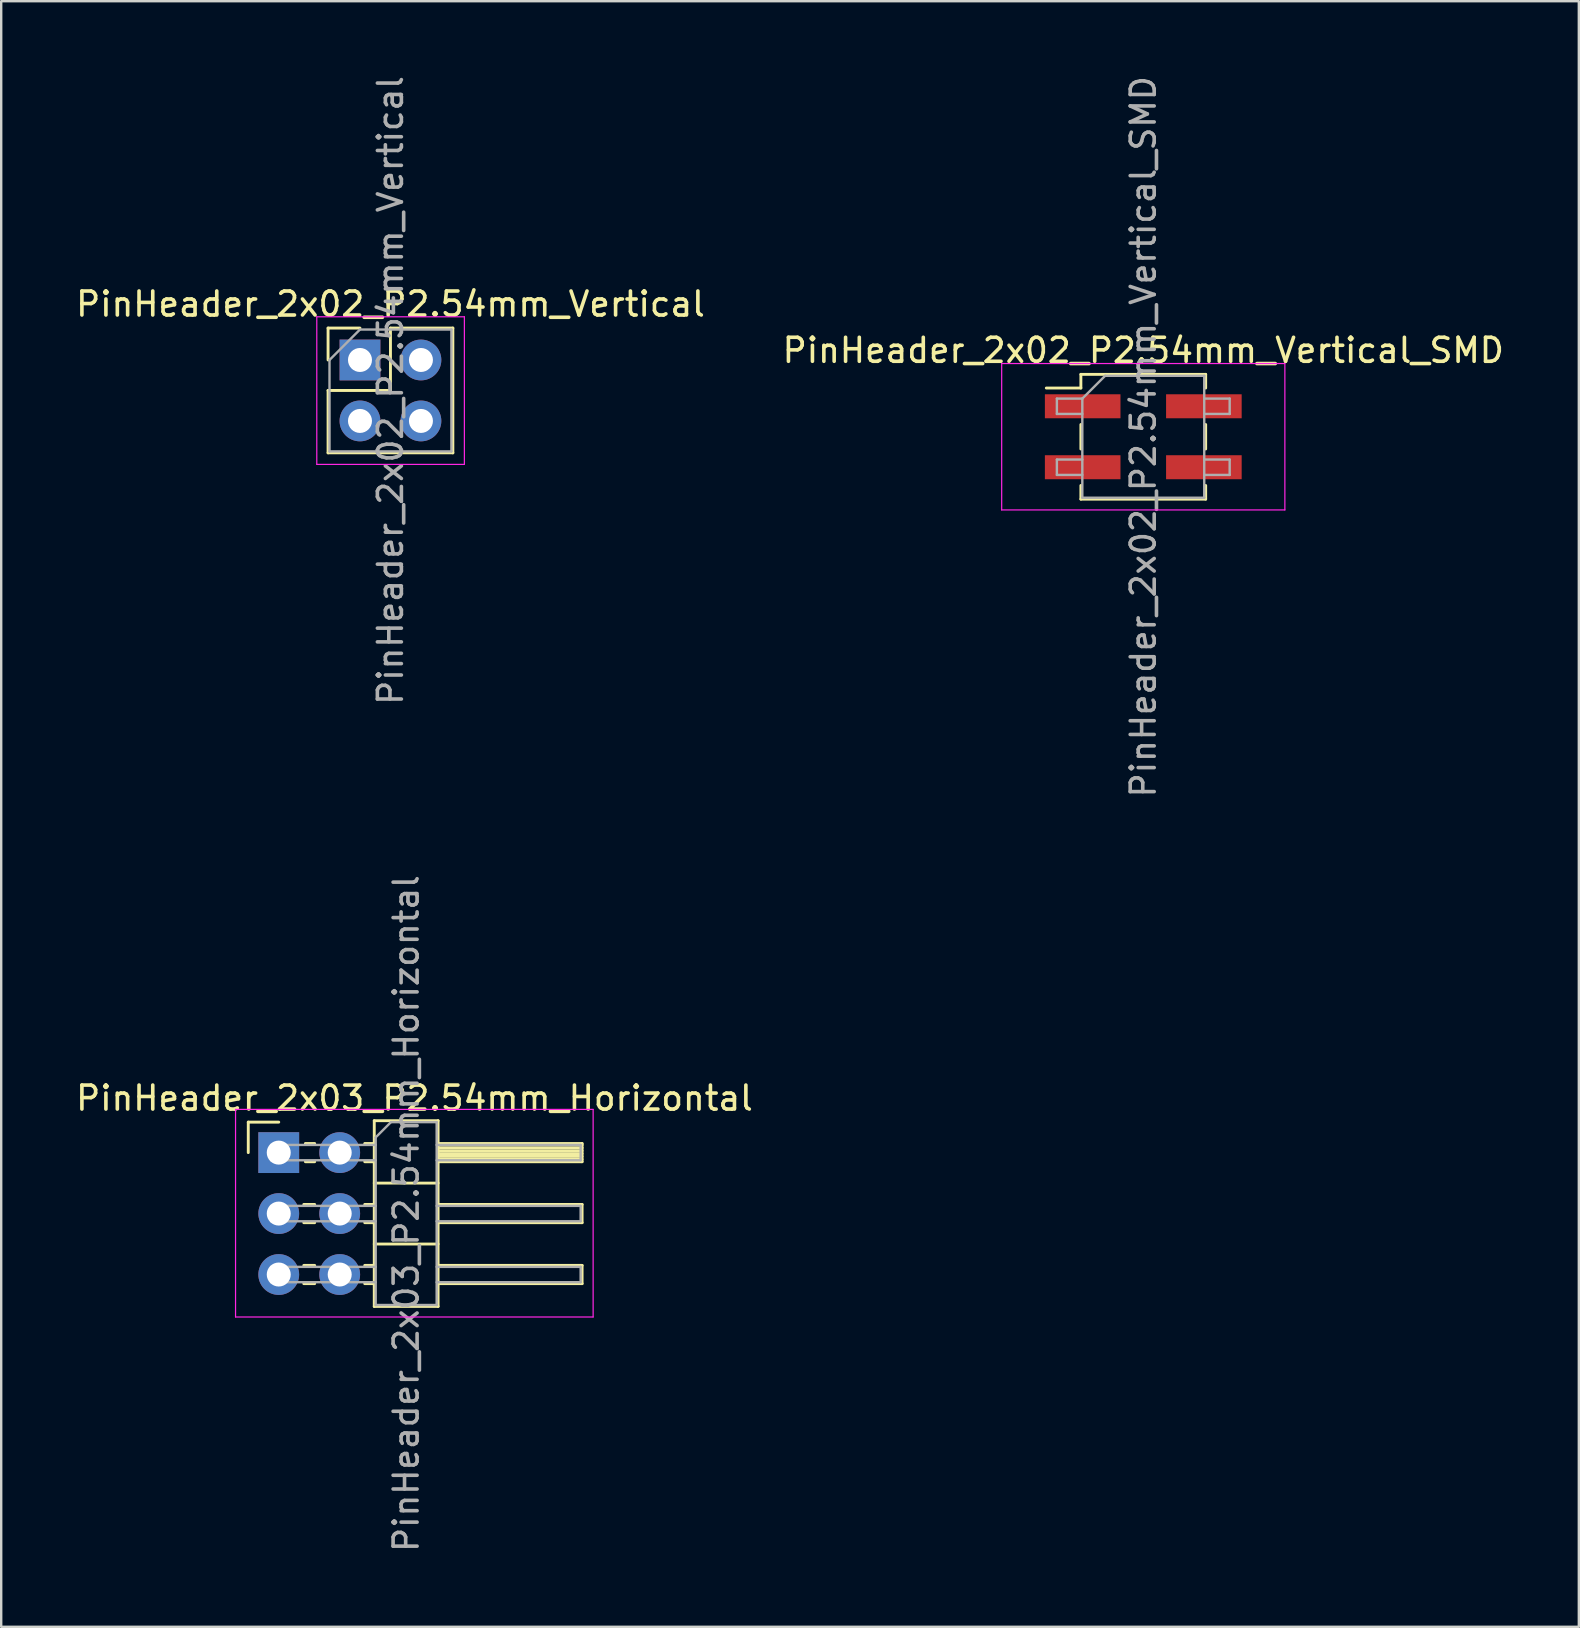
<source format=kicad_pcb>
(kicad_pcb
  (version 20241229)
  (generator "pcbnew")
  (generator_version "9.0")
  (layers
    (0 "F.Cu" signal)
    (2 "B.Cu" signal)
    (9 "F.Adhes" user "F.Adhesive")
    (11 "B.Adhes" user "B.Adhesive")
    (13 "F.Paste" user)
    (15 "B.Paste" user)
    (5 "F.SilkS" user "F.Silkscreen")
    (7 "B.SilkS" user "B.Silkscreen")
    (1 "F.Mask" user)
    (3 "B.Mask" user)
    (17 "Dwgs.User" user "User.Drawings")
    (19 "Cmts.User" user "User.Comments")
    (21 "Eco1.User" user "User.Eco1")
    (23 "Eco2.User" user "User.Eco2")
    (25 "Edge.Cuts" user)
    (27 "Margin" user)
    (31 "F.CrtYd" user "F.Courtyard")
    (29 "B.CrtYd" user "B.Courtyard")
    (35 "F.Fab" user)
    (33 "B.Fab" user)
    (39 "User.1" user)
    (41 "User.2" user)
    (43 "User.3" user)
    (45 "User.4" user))
  (footprint "PinHeader_2x03_P2.54mm_Horizontal"
    (layer "F.Cu")
    (at 8.565 44.978)
    (property "Reference" "PinHeader_2x03_P2.54mm_Horizontal" (at 5.655 -2.27 0) (layer "F.SilkS") (effects (font (size 1 1) (thickness 0.15))))
    (attr through_hole)
    (fp_line (start -1.27 -1.27) (end 0 -1.27) (stroke (width 0.12) (type solid)) (layer "F.SilkS"))
    (fp_line (start -1.27 0) (end -1.27 -1.27) (stroke (width 0.12) (type solid)) (layer "F.SilkS"))
    (fp_line (start 1.043 2.16) (end 1.497 2.16) (stroke (width 0.12) (type solid)) (layer "F.SilkS"))
    (fp_line (start 1.043 2.92) (end 1.497 2.92) (stroke (width 0.12) (type solid)) (layer "F.SilkS"))
    (fp_line (start 1.043 4.7) (end 1.497 4.7) (stroke (width 0.12) (type solid)) (layer "F.SilkS"))
    (fp_line (start 1.043 5.46) (end 1.497 5.46) (stroke (width 0.12) (type solid)) (layer "F.SilkS"))
    (fp_line (start 1.11 -0.38) (end 1.497 -0.38) (stroke (width 0.12) (type solid)) (layer "F.SilkS"))
    (fp_line (start 1.11 0.38) (end 1.497 0.38) (stroke (width 0.12) (type solid)) (layer "F.SilkS"))
    (fp_line (start 3.583 -0.38) (end 3.98 -0.38) (stroke (width 0.12) (type solid)) (layer "F.SilkS"))
    (fp_line (start 3.583 0.38) (end 3.98 0.38) (stroke (width 0.12) (type solid)) (layer "F.SilkS"))
    (fp_line (start 3.583 2.16) (end 3.98 2.16) (stroke (width 0.12) (type solid)) (layer "F.SilkS"))
    (fp_line (start 3.583 2.92) (end 3.98 2.92) (stroke (width 0.12) (type solid)) (layer "F.SilkS"))
    (fp_line (start 3.583 4.7) (end 3.98 4.7) (stroke (width 0.12) (type solid)) (layer "F.SilkS"))
    (fp_line (start 3.583 5.46) (end 3.98 5.46) (stroke (width 0.12) (type solid)) (layer "F.SilkS"))
    (fp_line (start 3.98 -1.33) (end 3.98 6.41) (stroke (width 0.12) (type solid)) (layer "F.SilkS"))
    (fp_line (start 3.98 1.27) (end 6.64 1.27) (stroke (width 0.12) (type solid)) (layer "F.SilkS"))
    (fp_line (start 3.98 3.81) (end 6.64 3.81) (stroke (width 0.12) (type solid)) (layer "F.SilkS"))
    (fp_line (start 3.98 6.41) (end 6.64 6.41) (stroke (width 0.12) (type solid)) (layer "F.SilkS"))
    (fp_line (start 6.64 -1.33) (end 3.98 -1.33) (stroke (width 0.12) (type solid)) (layer "F.SilkS"))
    (fp_line (start 6.64 -0.38) (end 12.64 -0.38) (stroke (width 0.12) (type solid)) (layer "F.SilkS"))
    (fp_line (start 6.64 -0.32) (end 12.64 -0.32) (stroke (width 0.12) (type solid)) (layer "F.SilkS"))
    (fp_line (start 6.64 -0.2) (end 12.64 -0.2) (stroke (width 0.12) (type solid)) (layer "F.SilkS"))
    (fp_line (start 6.64 -0.08) (end 12.64 -0.08) (stroke (width 0.12) (type solid)) (layer "F.SilkS"))
    (fp_line (start 6.64 0.04) (end 12.64 0.04) (stroke (width 0.12) (type solid)) (layer "F.SilkS"))
    (fp_line (start 6.64 0.16) (end 12.64 0.16) (stroke (width 0.12) (type solid)) (layer "F.SilkS"))
    (fp_line (start 6.64 0.28) (end 12.64 0.28) (stroke (width 0.12) (type solid)) (layer "F.SilkS"))
    (fp_line (start 6.64 2.16) (end 12.64 2.16) (stroke (width 0.12) (type solid)) (layer "F.SilkS"))
    (fp_line (start 6.64 4.7) (end 12.64 4.7) (stroke (width 0.12) (type solid)) (layer "F.SilkS"))
    (fp_line (start 6.64 6.41) (end 6.64 -1.33) (stroke (width 0.12) (type solid)) (layer "F.SilkS"))
    (fp_line (start 12.64 -0.38) (end 12.64 0.38) (stroke (width 0.12) (type solid)) (layer "F.SilkS"))
    (fp_line (start 12.64 0.38) (end 6.64 0.38) (stroke (width 0.12) (type solid)) (layer "F.SilkS"))
    (fp_line (start 12.64 2.16) (end 12.64 2.92) (stroke (width 0.12) (type solid)) (layer "F.SilkS"))
    (fp_line (start 12.64 2.92) (end 6.64 2.92) (stroke (width 0.12) (type solid)) (layer "F.SilkS"))
    (fp_line (start 12.64 4.7) (end 12.64 5.46) (stroke (width 0.12) (type solid)) (layer "F.SilkS"))
    (fp_line (start 12.64 5.46) (end 6.64 5.46) (stroke (width 0.12) (type solid)) (layer "F.SilkS"))
    (fp_line (start -1.8 -1.8) (end -1.8 6.85) (stroke (width 0.05) (type solid)) (layer "F.CrtYd"))
    (fp_line (start -1.8 6.85) (end 13.1 6.85) (stroke (width 0.05) (type solid)) (layer "F.CrtYd"))
    (fp_line (start 13.1 -1.8) (end -1.8 -1.8) (stroke (width 0.05) (type solid)) (layer "F.CrtYd"))
    (fp_line (start 13.1 6.85) (end 13.1 -1.8) (stroke (width 0.05) (type solid)) (layer "F.CrtYd"))
    (fp_line (start -0.32 -0.32) (end -0.32 0.32) (stroke (width 0.1) (type solid)) (layer "F.Fab"))
    (fp_line (start -0.32 -0.32) (end 4.04 -0.32) (stroke (width 0.1) (type solid)) (layer "F.Fab"))
    (fp_line (start -0.32 0.32) (end 4.04 0.32) (stroke (width 0.1) (type solid)) (layer "F.Fab"))
    (fp_line (start -0.32 2.22) (end -0.32 2.86) (stroke (width 0.1) (type solid)) (layer "F.Fab"))
    (fp_line (start -0.32 2.22) (end 4.04 2.22) (stroke (width 0.1) (type solid)) (layer "F.Fab"))
    (fp_line (start -0.32 2.86) (end 4.04 2.86) (stroke (width 0.1) (type solid)) (layer "F.Fab"))
    (fp_line (start -0.32 4.76) (end -0.32 5.4) (stroke (width 0.1) (type solid)) (layer "F.Fab"))
    (fp_line (start -0.32 4.76) (end 4.04 4.76) (stroke (width 0.1) (type solid)) (layer "F.Fab"))
    (fp_line (start -0.32 5.4) (end 4.04 5.4) (stroke (width 0.1) (type solid)) (layer "F.Fab"))
    (fp_line (start 4.04 -0.635) (end 4.675 -1.27) (stroke (width 0.1) (type solid)) (layer "F.Fab"))
    (fp_line (start 4.04 6.35) (end 4.04 -0.635) (stroke (width 0.1) (type solid)) (layer "F.Fab"))
    (fp_line (start 4.675 -1.27) (end 6.58 -1.27) (stroke (width 0.1) (type solid)) (layer "F.Fab"))
    (fp_line (start 6.58 -1.27) (end 6.58 6.35) (stroke (width 0.1) (type solid)) (layer "F.Fab"))
    (fp_line (start 6.58 -0.32) (end 12.58 -0.32) (stroke (width 0.1) (type solid)) (layer "F.Fab"))
    (fp_line (start 6.58 0.32) (end 12.58 0.32) (stroke (width 0.1) (type solid)) (layer "F.Fab"))
    (fp_line (start 6.58 2.22) (end 12.58 2.22) (stroke (width 0.1) (type solid)) (layer "F.Fab"))
    (fp_line (start 6.58 2.86) (end 12.58 2.86) (stroke (width 0.1) (type solid)) (layer "F.Fab"))
    (fp_line (start 6.58 4.76) (end 12.58 4.76) (stroke (width 0.1) (type solid)) (layer "F.Fab"))
    (fp_line (start 6.58 5.4) (end 12.58 5.4) (stroke (width 0.1) (type solid)) (layer "F.Fab"))
    (fp_line (start 6.58 6.35) (end 4.04 6.35) (stroke (width 0.1) (type solid)) (layer "F.Fab"))
    (fp_line (start 12.58 -0.32) (end 12.58 0.32) (stroke (width 0.1) (type solid)) (layer "F.Fab"))
    (fp_line (start 12.58 2.22) (end 12.58 2.86) (stroke (width 0.1) (type solid)) (layer "F.Fab"))
    (fp_line (start 12.58 4.76) (end 12.58 5.4) (stroke (width 0.1) (type solid)) (layer "F.Fab"))
    (fp_text user "${REFERENCE}" (at 5.31 2.54 90) (layer "F.Fab") (effects (font (size 1 1) (thickness 0.15))))
    (pad "1" thru_hole rect (at 0 0) (size 1.7 1.7) (drill 1) (layers "*.Cu" "*.Mask"))
    (pad "2" thru_hole oval (at 2.54 0) (size 1.7 1.7) (drill 1) (layers "*.Cu" "*.Mask"))
    (pad "3" thru_hole oval (at 0 2.54) (size 1.7 1.7) (drill 1) (layers "*.Cu" "*.Mask"))
    (pad "4" thru_hole oval (at 2.54 2.54) (size 1.7 1.7) (drill 1) (layers "*.Cu" "*.Mask"))
    (pad "5" thru_hole oval (at 0 5.08) (size 1.7 1.7) (drill 1) (layers "*.Cu" "*.Mask"))
    (pad "6" thru_hole oval (at 2.54 5.08) (size 1.7 1.7) (drill 1) (layers "*.Cu" "*.Mask")))
  (footprint "PinHeader_2x02_P2.54mm_Vertical"
    (layer "F.Cu")
    (at 11.95 11.95)
    (property "Reference" "PinHeader_2x02_P2.54mm_Vertical" (at 1.27 -2.33 0) (layer "F.SilkS") (effects (font (size 1 1) (thickness 0.15))))
    (attr through_hole)
    (fp_line (start -1.33 -1.33) (end 0 -1.33) (stroke (width 0.12) (type solid)) (layer "F.SilkS"))
    (fp_line (start -1.33 0) (end -1.33 -1.33) (stroke (width 0.12) (type solid)) (layer "F.SilkS"))
    (fp_line (start -1.33 1.27) (end -1.33 3.87) (stroke (width 0.12) (type solid)) (layer "F.SilkS"))
    (fp_line (start -1.33 1.27) (end 1.27 1.27) (stroke (width 0.12) (type solid)) (layer "F.SilkS"))
    (fp_line (start -1.33 3.87) (end 3.87 3.87) (stroke (width 0.12) (type solid)) (layer "F.SilkS"))
    (fp_line (start 1.27 -1.33) (end 3.87 -1.33) (stroke (width 0.12) (type solid)) (layer "F.SilkS"))
    (fp_line (start 1.27 1.27) (end 1.27 -1.33) (stroke (width 0.12) (type solid)) (layer "F.SilkS"))
    (fp_line (start 3.87 -1.33) (end 3.87 3.87) (stroke (width 0.12) (type solid)) (layer "F.SilkS"))
    (fp_line (start -1.8 -1.8) (end -1.8 4.35) (stroke (width 0.05) (type solid)) (layer "F.CrtYd"))
    (fp_line (start -1.8 4.35) (end 4.35 4.35) (stroke (width 0.05) (type solid)) (layer "F.CrtYd"))
    (fp_line (start 4.35 -1.8) (end -1.8 -1.8) (stroke (width 0.05) (type solid)) (layer "F.CrtYd"))
    (fp_line (start 4.35 4.35) (end 4.35 -1.8) (stroke (width 0.05) (type solid)) (layer "F.CrtYd"))
    (fp_line (start -1.27 0) (end 0 -1.27) (stroke (width 0.1) (type solid)) (layer "F.Fab"))
    (fp_line (start -1.27 3.81) (end -1.27 0) (stroke (width 0.1) (type solid)) (layer "F.Fab"))
    (fp_line (start 0 -1.27) (end 3.81 -1.27) (stroke (width 0.1) (type solid)) (layer "F.Fab"))
    (fp_line (start 3.81 -1.27) (end 3.81 3.81) (stroke (width 0.1) (type solid)) (layer "F.Fab"))
    (fp_line (start 3.81 3.81) (end -1.27 3.81) (stroke (width 0.1) (type solid)) (layer "F.Fab"))
    (fp_text user "${REFERENCE}" (at 1.27 1.27 90) (layer "F.Fab") (effects (font (size 1 1) (thickness 0.15))))
    (pad "1" thru_hole rect (at 0 0) (size 1.7 1.7) (drill 1) (layers "*.Cu" "*.Mask"))
    (pad "2" thru_hole oval (at 2.54 0) (size 1.7 1.7) (drill 1) (layers "*.Cu" "*.Mask"))
    (pad "3" thru_hole oval (at 0 2.54) (size 1.7 1.7) (drill 1) (layers "*.Cu" "*.Mask"))
    (pad "4" thru_hole oval (at 2.54 2.54) (size 1.7 1.7) (drill 1) (layers "*.Cu" "*.Mask")))
  (footprint "PinHeader_2x02_P2.54mm_Vertical_SMD"
    (layer "F.Cu")
    (at 44.589 15.149)
    (property "Reference" "PinHeader_2x02_P2.54mm_Vertical_SMD" (at 0 -3.6 0) (layer "F.SilkS") (effects (font (size 1 1) (thickness 0.15))))
    (attr smd)
    (fp_line (start -4.04 -2.03) (end -2.6 -2.03) (stroke (width 0.12) (type solid)) (layer "F.SilkS"))
    (fp_line (start -2.6 -2.6) (end -2.6 -2.03) (stroke (width 0.12) (type solid)) (layer "F.SilkS"))
    (fp_line (start -2.6 -2.6) (end 2.6 -2.6) (stroke (width 0.12) (type solid)) (layer "F.SilkS"))
    (fp_line (start -2.6 -0.51) (end -2.6 0.51) (stroke (width 0.12) (type solid)) (layer "F.SilkS"))
    (fp_line (start -2.6 2.03) (end -2.6 2.6) (stroke (width 0.12) (type solid)) (layer "F.SilkS"))
    (fp_line (start -2.6 2.6) (end 2.6 2.6) (stroke (width 0.12) (type solid)) (layer "F.SilkS"))
    (fp_line (start 2.6 -2.6) (end 2.6 -2.03) (stroke (width 0.12) (type solid)) (layer "F.SilkS"))
    (fp_line (start 2.6 -0.51) (end 2.6 0.51) (stroke (width 0.12) (type solid)) (layer "F.SilkS"))
    (fp_line (start 2.6 2.03) (end 2.6 2.6) (stroke (width 0.12) (type solid)) (layer "F.SilkS"))
    (fp_line (start -5.9 -3.05) (end -5.9 3.05) (stroke (width 0.05) (type solid)) (layer "F.CrtYd"))
    (fp_line (start -5.9 3.05) (end 5.9 3.05) (stroke (width 0.05) (type solid)) (layer "F.CrtYd"))
    (fp_line (start 5.9 -3.05) (end -5.9 -3.05) (stroke (width 0.05) (type solid)) (layer "F.CrtYd"))
    (fp_line (start 5.9 3.05) (end 5.9 -3.05) (stroke (width 0.05) (type solid)) (layer "F.CrtYd"))
    (fp_line (start -3.6 -1.59) (end -3.6 -0.95) (stroke (width 0.1) (type solid)) (layer "F.Fab"))
    (fp_line (start -3.6 -0.95) (end -2.54 -0.95) (stroke (width 0.1) (type solid)) (layer "F.Fab"))
    (fp_line (start -3.6 0.95) (end -3.6 1.59) (stroke (width 0.1) (type solid)) (layer "F.Fab"))
    (fp_line (start -3.6 1.59) (end -2.54 1.59) (stroke (width 0.1) (type solid)) (layer "F.Fab"))
    (fp_line (start -2.54 -1.59) (end -3.6 -1.59) (stroke (width 0.1) (type solid)) (layer "F.Fab"))
    (fp_line (start -2.54 -1.59) (end -1.59 -2.54) (stroke (width 0.1) (type solid)) (layer "F.Fab"))
    (fp_line (start -2.54 0.95) (end -3.6 0.95) (stroke (width 0.1) (type solid)) (layer "F.Fab"))
    (fp_line (start -2.54 2.54) (end -2.54 -1.59) (stroke (width 0.1) (type solid)) (layer "F.Fab"))
    (fp_line (start -1.59 -2.54) (end 2.54 -2.54) (stroke (width 0.1) (type solid)) (layer "F.Fab"))
    (fp_line (start 2.54 -2.54) (end 2.54 2.54) (stroke (width 0.1) (type solid)) (layer "F.Fab"))
    (fp_line (start 2.54 -1.59) (end 3.6 -1.59) (stroke (width 0.1) (type solid)) (layer "F.Fab"))
    (fp_line (start 2.54 0.95) (end 3.6 0.95) (stroke (width 0.1) (type solid)) (layer "F.Fab"))
    (fp_line (start 2.54 2.54) (end -2.54 2.54) (stroke (width 0.1) (type solid)) (layer "F.Fab"))
    (fp_line (start 3.6 -1.59) (end 3.6 -0.95) (stroke (width 0.1) (type solid)) (layer "F.Fab"))
    (fp_line (start 3.6 -0.95) (end 2.54 -0.95) (stroke (width 0.1) (type solid)) (layer "F.Fab"))
    (fp_line (start 3.6 0.95) (end 3.6 1.59) (stroke (width 0.1) (type solid)) (layer "F.Fab"))
    (fp_line (start 3.6 1.59) (end 2.54 1.59) (stroke (width 0.1) (type solid)) (layer "F.Fab"))
    (fp_text user "${REFERENCE}" (at 0 0 90) (layer "F.Fab") (effects (font (size 1 1) (thickness 0.15))))
    (pad "1" smd rect (at -2.525 -1.27) (size 3.15 1) (layers "F.Cu" "F.Mask" "F.Paste"))
    (pad "2" smd rect (at 2.525 -1.27) (size 3.15 1) (layers "F.Cu" "F.Mask" "F.Paste"))
    (pad "3" smd rect (at -2.525 1.27) (size 3.15 1) (layers "F.Cu" "F.Mask" "F.Paste"))
    (pad "4" smd rect (at 2.525 1.27) (size 3.15 1) (layers "F.Cu" "F.Mask" "F.Paste")))
  (gr_rect
    (start -3 -3)
    (end 62.738 64.738)
    (stroke (width 0.1) (type default))
    (fill no)
    (layer "Edge.Cuts")))
</source>
